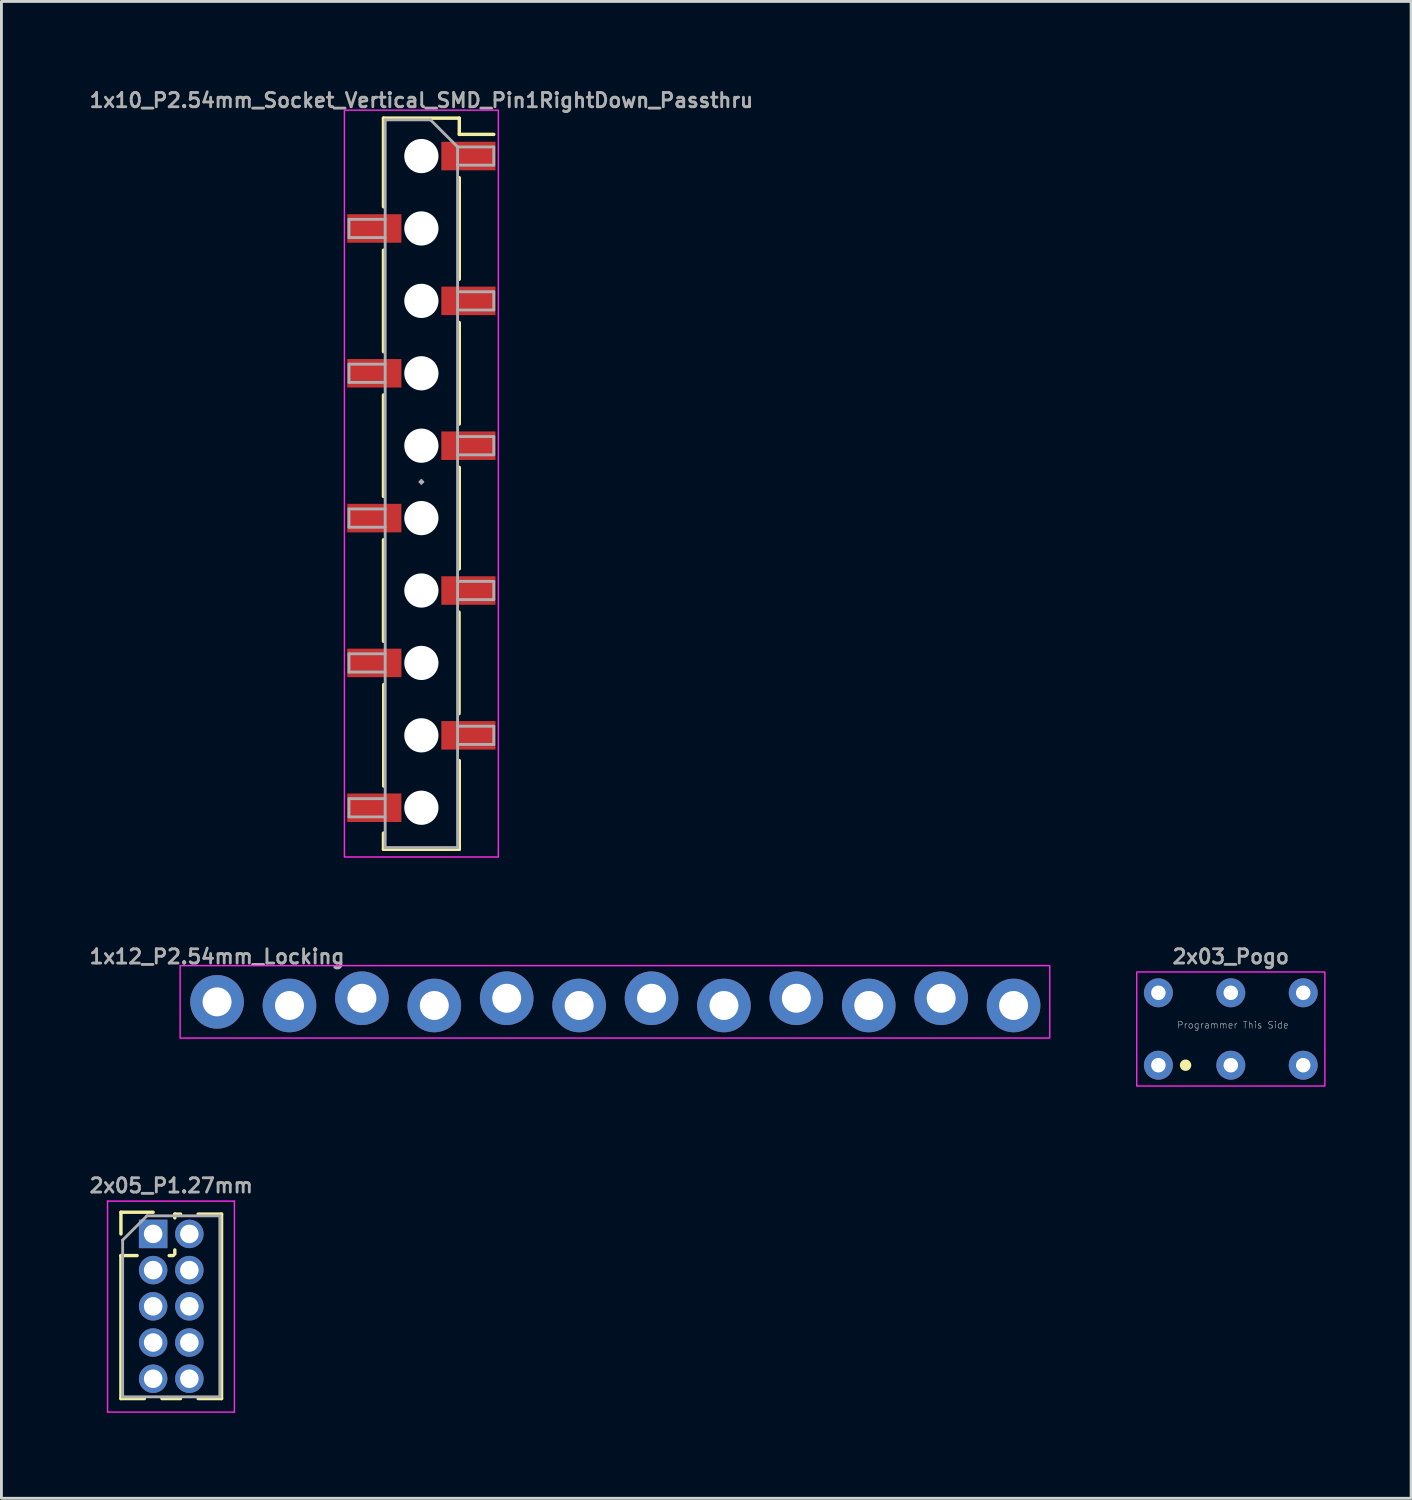
<source format=kicad_pcb>
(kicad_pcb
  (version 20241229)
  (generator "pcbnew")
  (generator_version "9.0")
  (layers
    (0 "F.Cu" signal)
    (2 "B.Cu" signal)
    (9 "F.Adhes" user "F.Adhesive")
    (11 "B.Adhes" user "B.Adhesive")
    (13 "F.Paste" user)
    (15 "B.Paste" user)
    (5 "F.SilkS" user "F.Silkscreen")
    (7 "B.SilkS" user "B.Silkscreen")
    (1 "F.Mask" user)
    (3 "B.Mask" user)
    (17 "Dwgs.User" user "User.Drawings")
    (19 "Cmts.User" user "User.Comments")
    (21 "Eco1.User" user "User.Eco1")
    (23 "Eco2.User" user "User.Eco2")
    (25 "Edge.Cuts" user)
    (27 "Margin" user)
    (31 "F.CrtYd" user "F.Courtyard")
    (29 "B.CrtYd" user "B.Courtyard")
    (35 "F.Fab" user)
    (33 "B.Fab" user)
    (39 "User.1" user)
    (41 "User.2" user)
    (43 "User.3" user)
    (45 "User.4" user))
  (footprint "2x03_Pogo"
    (layer "F.Cu")
    (at 40.124 33.045)
    (property "Reference" "2x03_Pogo" (at 0 -2.54 0) (unlocked yes) (layer "F.Fab") (effects (font (size 0.5 0.5) (thickness 0.1))))
    (fp_circle (center -2.54 -1.27) (end -2.235 -1.27) (stroke (width 0.611) (type solid)) (fill yes) (layer "F.Mask"))
    (fp_circle (center -2.54 1.27) (end -2.235 1.27) (stroke (width 0.611) (type solid)) (fill yes) (layer "F.Mask"))
    (fp_circle (center 0 -1.27) (end 0.305 -1.27) (stroke (width 0.611) (type solid)) (fill yes) (layer "F.Mask"))
    (fp_circle (center 0 1.27) (end 0.305 1.27) (stroke (width 0.611) (type solid)) (fill yes) (layer "F.Mask"))
    (fp_circle (center 2.54 -1.27) (end 2.845 -1.27) (stroke (width 0.611) (type solid)) (fill yes) (layer "F.Mask"))
    (fp_circle (center 2.54 1.27) (end 2.845 1.27) (stroke (width 0.611) (type solid)) (fill yes) (layer "F.Mask"))
    (fp_circle (center -1.587 1.27) (end -1.587 1.37) (stroke (width 0.2) (type solid)) (fill yes) (layer "F.SilkS"))
    (fp_rect (start -3.3 -2) (end 3.3 2) (stroke (width 0.05) (type default)) (fill no) (layer "F.CrtYd"))
    (fp_text user "Programmer This Side" (at -1.905 0 0) (unlocked yes) (layer "F.Fab") (effects (font (size 0.234 0.234) (thickness 0.02)) (justify left bottom)))
    (pad "1" thru_hole circle (at -2.54 1.27) (size 1.016 1.016) (drill 0.508) (layers "*.Cu"))
    (pad "2" thru_hole circle (at -2.54 -1.27) (size 1.016 1.016) (drill 0.508) (layers "*.Cu"))
    (pad "3" thru_hole circle (at 0 1.27) (size 1.016 1.016) (drill 0.508) (layers "*.Cu"))
    (pad "4" thru_hole circle (at 0 -1.27) (size 1.016 1.016) (drill 0.508) (layers "*.Cu"))
    (pad "5" thru_hole circle (at 2.54 1.27) (size 1.016 1.016) (drill 0.508) (layers "*.Cu"))
    (pad "6" thru_hole circle (at 2.54 -1.27) (size 1.016 1.016) (drill 0.508) (layers "*.Cu")))
  (footprint "1x12_P2.54mm_Locking"
    (layer "F.Cu")
    (at 4.564 32.093)
    (property "Reference" "1x12_P2.54mm_Locking" (at 0 -1.587 0) (layer "F.Fab") (effects (font (size 0.5 0.5) (thickness 0.1))))
    (fp_rect (start -1.295 -1.27) (end 29.21 1.27) (stroke (width 0.05) (type default)) (fill no) (layer "F.CrtYd"))
    (fp_poly (pts (xy -0.254 0.254) (xy 0.254 0.254) (xy 0.254 -0.254) (xy -0.254 -0.254)) (stroke (width 0.1) (type default)) (fill no) (layer "F.Fab"))
    (fp_poly (pts (xy 2.286 0.254) (xy 2.794 0.254) (xy 2.794 -0.254) (xy 2.286 -0.254)) (stroke (width 0.1) (type default)) (fill no) (layer "F.Fab"))
    (fp_poly (pts (xy 4.826 0.254) (xy 5.334 0.254) (xy 5.334 -0.254) (xy 4.826 -0.254)) (stroke (width 0.1) (type default)) (fill no) (layer "F.Fab"))
    (fp_poly (pts (xy 7.366 0.254) (xy 7.874 0.254) (xy 7.874 -0.254) (xy 7.366 -0.254)) (stroke (width 0.1) (type default)) (fill no) (layer "F.Fab"))
    (fp_poly (pts (xy 9.906 0.254) (xy 10.414 0.254) (xy 10.414 -0.254) (xy 9.906 -0.254)) (stroke (width 0.1) (type default)) (fill no) (layer "F.Fab"))
    (fp_poly (pts (xy 12.446 0.254) (xy 12.954 0.254) (xy 12.954 -0.254) (xy 12.446 -0.254)) (stroke (width 0.1) (type default)) (fill no) (layer "F.Fab"))
    (fp_poly (pts (xy 14.986 0.254) (xy 15.494 0.254) (xy 15.494 -0.254) (xy 14.986 -0.254)) (stroke (width 0.1) (type default)) (fill no) (layer "F.Fab"))
    (fp_poly (pts (xy 17.526 0.254) (xy 18.034 0.254) (xy 18.034 -0.254) (xy 17.526 -0.254)) (stroke (width 0.1) (type default)) (fill no) (layer "F.Fab"))
    (fp_poly (pts (xy 20.066 0.254) (xy 20.574 0.254) (xy 20.574 -0.254) (xy 20.066 -0.254)) (stroke (width 0.1) (type default)) (fill no) (layer "F.Fab"))
    (fp_poly (pts (xy 22.606 0.254) (xy 23.114 0.254) (xy 23.114 -0.254) (xy 22.606 -0.254)) (stroke (width 0.1) (type default)) (fill no) (layer "F.Fab"))
    (fp_poly (pts (xy 25.146 0.254) (xy 25.654 0.254) (xy 25.654 -0.254) (xy 25.146 -0.254)) (stroke (width 0.1) (type default)) (fill no) (layer "F.Fab"))
    (fp_poly (pts (xy 27.686 0.254) (xy 28.194 0.254) (xy 28.194 -0.254) (xy 27.686 -0.254)) (stroke (width 0.1) (type default)) (fill no) (layer "F.Fab"))
    (pad "1" thru_hole circle (at 0 0 90) (size 1.88 1.88) (drill 1.016) (layers "*.Cu" "*.Mask") (remove_unused_layers yes) (keep_end_layers yes) (zone_layer_connections))
    (pad "2" thru_hole circle (at 2.54 0.127 90) (size 1.88 1.88) (drill 1.016) (layers "*.Cu" "*.Mask") (remove_unused_layers yes) (keep_end_layers yes) (zone_layer_connections))
    (pad "3" thru_hole circle (at 5.08 -0.127 90) (size 1.88 1.88) (drill 1.016) (layers "*.Cu" "*.Mask") (remove_unused_layers yes) (keep_end_layers yes) (zone_layer_connections))
    (pad "4" thru_hole circle (at 7.62 0.127 90) (size 1.88 1.88) (drill 1.016) (layers "*.Cu" "*.Mask") (remove_unused_layers yes) (keep_end_layers yes) (zone_layer_connections))
    (pad "5" thru_hole circle (at 10.16 -0.127 90) (size 1.88 1.88) (drill 1.016) (layers "*.Cu" "*.Mask") (remove_unused_layers yes) (keep_end_layers yes) (zone_layer_connections))
    (pad "6" thru_hole circle (at 12.7 0.127 90) (size 1.88 1.88) (drill 1.016) (layers "*.Cu" "*.Mask") (remove_unused_layers yes) (keep_end_layers yes) (zone_layer_connections))
    (pad "7" thru_hole circle (at 15.24 -0.127 90) (size 1.88 1.88) (drill 1.016) (layers "*.Cu" "*.Mask") (remove_unused_layers yes) (keep_end_layers yes) (zone_layer_connections))
    (pad "8" thru_hole circle (at 17.78 0.127 90) (size 1.88 1.88) (drill 1.016) (layers "*.Cu" "*.Mask") (remove_unused_layers yes) (keep_end_layers yes) (zone_layer_connections))
    (pad "9" thru_hole circle (at 20.32 -0.127 90) (size 1.88 1.88) (drill 1.016) (layers "*.Cu" "*.Mask") (remove_unused_layers yes) (keep_end_layers yes) (zone_layer_connections))
    (pad "10" thru_hole circle (at 22.86 0.127 90) (size 1.88 1.88) (drill 1.016) (layers "*.Cu" "*.Mask") (remove_unused_layers yes) (keep_end_layers yes) (zone_layer_connections))
    (pad "11" thru_hole circle (at 25.4 -0.127 90) (size 1.88 1.88) (drill 1.016) (layers "*.Cu" "*.Mask") (remove_unused_layers yes) (keep_end_layers yes) (zone_layer_connections))
    (pad "12" thru_hole circle (at 27.94 0.127 90) (size 1.88 1.88) (drill 1.016) (layers "*.Cu" "*.Mask") (remove_unused_layers yes) (keep_end_layers yes) (zone_layer_connections)))
  (footprint "1x10_P2.54mm_Socket_Vertical_SMD_Pin1RightDown_Passthru"
    (layer "F.Cu")
    (at 11.731 13.854)
    (property "Reference" "1x10_P2.54mm_Socket_Vertical_SMD_Pin1RightDown_Passthru" (at 0 -13.386 0) (layer "F.Fab") (effects (font (size 0.5 0.5) (thickness 0.1))))
    (attr smd)
    (fp_line (start -1.33 -12.76) (end -1.33 -9.65) (stroke (width 0.12) (type solid)) (layer "F.SilkS"))
    (fp_line (start -1.33 -12.76) (end 1.33 -12.76) (stroke (width 0.12) (type solid)) (layer "F.SilkS"))
    (fp_line (start -1.33 -8.13) (end -1.33 -4.57) (stroke (width 0.12) (type solid)) (layer "F.SilkS"))
    (fp_line (start -1.33 -3.05) (end -1.33 0.51) (stroke (width 0.12) (type solid)) (layer "F.SilkS"))
    (fp_line (start -1.33 2.03) (end -1.33 5.59) (stroke (width 0.12) (type solid)) (layer "F.SilkS"))
    (fp_line (start -1.33 12.317) (end -1.33 12.887) (stroke (width 0.12) (type solid)) (layer "F.SilkS"))
    (fp_line (start -1.33 12.887) (end 1.33 12.887) (stroke (width 0.12) (type solid)) (layer "F.SilkS"))
    (fp_line (start -1.321 7.11) (end -1.321 10.67) (stroke (width 0.12) (type solid)) (layer "F.SilkS"))
    (fp_line (start 1.321 4.57) (end 1.321 8.13) (stroke (width 0.12) (type solid)) (layer "F.SilkS"))
    (fp_line (start 1.33 -12.76) (end 1.33 -12.19) (stroke (width 0.12) (type solid)) (layer "F.SilkS"))
    (fp_line (start 1.33 -12.19) (end 2.54 -12.19) (stroke (width 0.12) (type solid)) (layer "F.SilkS"))
    (fp_line (start 1.33 -10.67) (end 1.33 -7.11) (stroke (width 0.12) (type solid)) (layer "F.SilkS"))
    (fp_line (start 1.33 -5.59) (end 1.33 -2.03) (stroke (width 0.12) (type solid)) (layer "F.SilkS"))
    (fp_line (start 1.33 -0.51) (end 1.33 3.05) (stroke (width 0.12) (type solid)) (layer "F.SilkS"))
    (fp_line (start 1.33 9.777) (end 1.33 12.887) (stroke (width 0.12) (type solid)) (layer "F.SilkS"))
    (fp_rect (start -2.7 -13.04) (end 2.7 13.158) (stroke (width 0.05) (type default)) (fill no) (layer "F.CrtYd"))
    (fp_line (start -2.54 -9.21) (end -2.54 -8.57) (stroke (width 0.1) (type solid)) (layer "F.Fab"))
    (fp_line (start -2.54 -8.57) (end -1.27 -8.57) (stroke (width 0.1) (type solid)) (layer "F.Fab"))
    (fp_line (start -2.54 -4.13) (end -2.54 -3.49) (stroke (width 0.1) (type solid)) (layer "F.Fab"))
    (fp_line (start -2.54 -3.49) (end -1.27 -3.49) (stroke (width 0.1) (type solid)) (layer "F.Fab"))
    (fp_line (start -2.54 0.95) (end -2.54 1.59) (stroke (width 0.1) (type solid)) (layer "F.Fab"))
    (fp_line (start -2.54 1.59) (end -1.27 1.59) (stroke (width 0.1) (type solid)) (layer "F.Fab"))
    (fp_line (start -2.54 6.03) (end -2.54 6.67) (stroke (width 0.1) (type solid)) (layer "F.Fab"))
    (fp_line (start -2.54 6.67) (end -1.27 6.67) (stroke (width 0.1) (type solid)) (layer "F.Fab"))
    (fp_line (start -2.54 11.11) (end -2.54 11.75) (stroke (width 0.1) (type solid)) (layer "F.Fab"))
    (fp_line (start -2.54 11.75) (end -1.27 11.75) (stroke (width 0.1) (type solid)) (layer "F.Fab"))
    (fp_line (start -1.27 -12.7) (end -1.27 12.827) (stroke (width 0.1) (type solid)) (layer "F.Fab"))
    (fp_line (start -1.27 -12.7) (end 0.32 -12.7) (stroke (width 0.1) (type solid)) (layer "F.Fab"))
    (fp_line (start -1.27 -9.21) (end -2.54 -9.21) (stroke (width 0.1) (type solid)) (layer "F.Fab"))
    (fp_line (start -1.27 -4.13) (end -2.54 -4.13) (stroke (width 0.1) (type solid)) (layer "F.Fab"))
    (fp_line (start -1.27 0.95) (end -2.54 0.95) (stroke (width 0.1) (type solid)) (layer "F.Fab"))
    (fp_line (start -1.27 6.03) (end -2.54 6.03) (stroke (width 0.1) (type solid)) (layer "F.Fab"))
    (fp_line (start -1.27 11.11) (end -2.54 11.11) (stroke (width 0.1) (type solid)) (layer "F.Fab"))
    (fp_line (start 0 -0.051) (end 0 0.051) (stroke (width 0.1) (type default)) (layer "F.Fab"))
    (fp_line (start 0.051 0) (end -0.051 0) (stroke (width 0.1) (type default)) (layer "F.Fab"))
    (fp_line (start 1.27 -11.75) (end 0.32 -12.7) (stroke (width 0.1) (type solid)) (layer "F.Fab"))
    (fp_line (start 1.27 -11.75) (end 2.54 -11.75) (stroke (width 0.1) (type solid)) (layer "F.Fab"))
    (fp_line (start 1.27 -6.67) (end 2.54 -6.67) (stroke (width 0.1) (type solid)) (layer "F.Fab"))
    (fp_line (start 1.27 -1.59) (end 2.54 -1.59) (stroke (width 0.1) (type solid)) (layer "F.Fab"))
    (fp_line (start 1.27 3.49) (end 2.54 3.49) (stroke (width 0.1) (type solid)) (layer "F.Fab"))
    (fp_line (start 1.27 8.57) (end 2.54 8.57) (stroke (width 0.1) (type solid)) (layer "F.Fab"))
    (fp_line (start 1.27 12.827) (end -1.27 12.827) (stroke (width 0.1) (type solid)) (layer "F.Fab"))
    (fp_line (start 1.27 12.827) (end 1.27 -11.75) (stroke (width 0.1) (type solid)) (layer "F.Fab"))
    (fp_line (start 2.54 -11.75) (end 2.54 -11.11) (stroke (width 0.1) (type solid)) (layer "F.Fab"))
    (fp_line (start 2.54 -11.11) (end 1.27 -11.11) (stroke (width 0.1) (type solid)) (layer "F.Fab"))
    (fp_line (start 2.54 -6.67) (end 2.54 -6.03) (stroke (width 0.1) (type solid)) (layer "F.Fab"))
    (fp_line (start 2.54 -6.03) (end 1.27 -6.03) (stroke (width 0.1) (type solid)) (layer "F.Fab"))
    (fp_line (start 2.54 -1.59) (end 2.54 -0.95) (stroke (width 0.1) (type solid)) (layer "F.Fab"))
    (fp_line (start 2.54 -0.95) (end 1.27 -0.95) (stroke (width 0.1) (type solid)) (layer "F.Fab"))
    (fp_line (start 2.54 3.49) (end 2.54 4.13) (stroke (width 0.1) (type solid)) (layer "F.Fab"))
    (fp_line (start 2.54 4.13) (end 1.27 4.13) (stroke (width 0.1) (type solid)) (layer "F.Fab"))
    (fp_line (start 2.54 8.57) (end 2.54 9.21) (stroke (width 0.1) (type solid)) (layer "F.Fab"))
    (fp_line (start 2.54 9.21) (end 1.27 9.21) (stroke (width 0.1) (type solid)) (layer "F.Fab"))
    (pad "" np_thru_hole circle (at 0 -11.43) (size 1.2 1.2) (drill 1.2) (layers "*.Cu" "*.Mask"))
    (pad "" np_thru_hole circle (at 0 -8.89) (size 1.2 1.2) (drill 1.2) (layers "*.Cu" "*.Mask"))
    (pad "" np_thru_hole circle (at 0 -6.35) (size 1.2 1.2) (drill 1.2) (layers "*.Cu" "*.Mask"))
    (pad "" np_thru_hole circle (at 0 -3.81) (size 1.2 1.2) (drill 1.2) (layers "*.Cu" "*.Mask"))
    (pad "" np_thru_hole circle (at 0 -1.27) (size 1.2 1.2) (drill 1.2) (layers "*.Cu" "*.Mask"))
    (pad "" np_thru_hole circle (at 0 1.27) (size 1.2 1.2) (drill 1.2) (layers "*.Cu" "*.Mask"))
    (pad "" np_thru_hole circle (at 0 3.81) (size 1.2 1.2) (drill 1.2) (layers "*.Cu" "*.Mask"))
    (pad "" np_thru_hole circle (at 0 6.35) (size 1.2 1.2) (drill 1.2) (layers "*.Cu" "*.Mask"))
    (pad "" np_thru_hole circle (at 0 8.89) (size 1.2 1.2) (drill 1.2) (layers "*.Cu" "*.Mask"))
    (pad "" np_thru_hole circle (at 0 11.43) (size 1.2 1.2) (drill 1.2) (layers "*.Cu" "*.Mask"))
    (pad "1" smd rect (at 1.65 -11.43) (size 1.9 1) (layers "F.Cu" "F.Mask" "F.Paste"))
    (pad "2" smd rect (at -1.65 -8.89) (size 1.9 1) (layers "F.Cu" "F.Mask" "F.Paste"))
    (pad "3" smd rect (at 1.65 -6.35) (size 1.9 1) (layers "F.Cu" "F.Mask" "F.Paste"))
    (pad "4" smd rect (at -1.65 -3.81) (size 1.9 1) (layers "F.Cu" "F.Mask" "F.Paste"))
    (pad "5" smd rect (at 1.65 -1.27) (size 1.9 1) (layers "F.Cu" "F.Mask" "F.Paste"))
    (pad "6" smd rect (at -1.65 1.27) (size 1.9 1) (layers "F.Cu" "F.Mask" "F.Paste"))
    (pad "7" smd rect (at 1.65 3.81) (size 1.9 1) (layers "F.Cu" "F.Mask" "F.Paste"))
    (pad "8" smd rect (at -1.65 6.35) (size 1.9 1) (layers "F.Cu" "F.Mask" "F.Paste"))
    (pad "9" smd rect (at 1.65 8.89) (size 1.9 1) (layers "F.Cu" "F.Mask" "F.Paste"))
    (pad "10" smd rect (at -1.65 11.43) (size 1.9 1) (layers "F.Cu" "F.Mask" "F.Paste")))
  (footprint "2x05_P1.27mm"
    (layer "F.Cu")
    (at 2.322 40.233)
    (property "Reference" "2x05_P1.27mm" (at 0.635 -1.695 0) (layer "F.Fab") (effects (font (size 0.5 0.5) (thickness 0.1))))
    (attr through_hole dnp)
    (fp_line (start -1.13 -0.76) (end 0 -0.76) (stroke (width 0.12) (type solid)) (layer "F.SilkS"))
    (fp_line (start -1.13 0) (end -1.13 -0.76) (stroke (width 0.12) (type solid)) (layer "F.SilkS"))
    (fp_line (start -1.13 0.76) (end -1.13 5.775) (stroke (width 0.12) (type solid)) (layer "F.SilkS"))
    (fp_line (start -1.13 0.76) (end -0.563 0.76) (stroke (width 0.12) (type solid)) (layer "F.SilkS"))
    (fp_line (start -1.13 5.775) (end -0.308 5.775) (stroke (width 0.12) (type solid)) (layer "F.SilkS"))
    (fp_line (start 0.308 5.775) (end 0.962 5.775) (stroke (width 0.12) (type solid)) (layer "F.SilkS"))
    (fp_line (start 0.563 0.76) (end 0.707 0.76) (stroke (width 0.12) (type solid)) (layer "F.SilkS"))
    (fp_line (start 0.76 -0.695) (end 0.962 -0.695) (stroke (width 0.12) (type solid)) (layer "F.SilkS"))
    (fp_line (start 0.76 -0.563) (end 0.76 -0.695) (stroke (width 0.12) (type solid)) (layer "F.SilkS"))
    (fp_line (start 0.76 0.707) (end 0.76 0.563) (stroke (width 0.12) (type solid)) (layer "F.SilkS"))
    (fp_line (start 1.578 -0.695) (end 2.4 -0.695) (stroke (width 0.12) (type solid)) (layer "F.SilkS"))
    (fp_line (start 1.578 5.775) (end 2.4 5.775) (stroke (width 0.12) (type solid)) (layer "F.SilkS"))
    (fp_line (start 2.4 -0.695) (end 2.4 5.775) (stroke (width 0.12) (type solid)) (layer "F.SilkS"))
    (fp_line (start -1.6 -1.15) (end -1.6 6.25) (stroke (width 0.05) (type solid)) (layer "F.CrtYd"))
    (fp_line (start -1.6 6.25) (end 2.85 6.25) (stroke (width 0.05) (type solid)) (layer "F.CrtYd"))
    (fp_line (start 2.85 -1.15) (end -1.6 -1.15) (stroke (width 0.05) (type solid)) (layer "F.CrtYd"))
    (fp_line (start 2.85 6.25) (end 2.85 -1.15) (stroke (width 0.05) (type solid)) (layer "F.CrtYd"))
    (fp_line (start -1.07 0.217) (end -0.217 -0.635) (stroke (width 0.1) (type solid)) (layer "F.Fab"))
    (fp_line (start -1.07 5.715) (end -1.07 0.217) (stroke (width 0.1) (type solid)) (layer "F.Fab"))
    (fp_line (start -0.217 -0.635) (end 2.34 -0.635) (stroke (width 0.1) (type solid)) (layer "F.Fab"))
    (fp_line (start 2.34 -0.635) (end 2.34 5.715) (stroke (width 0.1) (type solid)) (layer "F.Fab"))
    (fp_line (start 2.34 5.715) (end -1.07 5.715) (stroke (width 0.1) (type solid)) (layer "F.Fab"))
    (pad "1" thru_hole rect (at 0 0) (size 1 1) (drill 0.65) (layers "*.Cu" "*.Mask"))
    (pad "2" thru_hole oval (at 1.27 0) (size 1 1) (drill 0.65) (layers "*.Cu" "*.Mask"))
    (pad "3" thru_hole oval (at 0 1.27) (size 1 1) (drill 0.65) (layers "*.Cu" "*.Mask"))
    (pad "4" thru_hole oval (at 1.27 1.27) (size 1 1) (drill 0.65) (layers "*.Cu" "*.Mask"))
    (pad "5" thru_hole oval (at 0 2.54) (size 1 1) (drill 0.65) (layers "*.Cu" "*.Mask"))
    (pad "6" thru_hole oval (at 1.27 2.54) (size 1 1) (drill 0.65) (layers "*.Cu" "*.Mask"))
    (pad "7" thru_hole oval (at 0 3.81) (size 1 1) (drill 0.65) (layers "*.Cu" "*.Mask"))
    (pad "8" thru_hole oval (at 1.27 3.81) (size 1 1) (drill 0.65) (layers "*.Cu" "*.Mask"))
    (pad "9" thru_hole oval (at 0 5.08) (size 1 1) (drill 0.65) (layers "*.Cu" "*.Mask"))
    (pad "10" thru_hole oval (at 1.27 5.08) (size 1 1) (drill 0.65) (layers "*.Cu" "*.Mask")))
  (gr_rect
    (start -3 -3)
    (end 46.449 49.508)
    (stroke (width 0.1) (type default))
    (fill no)
    (layer "Edge.Cuts")))
</source>
